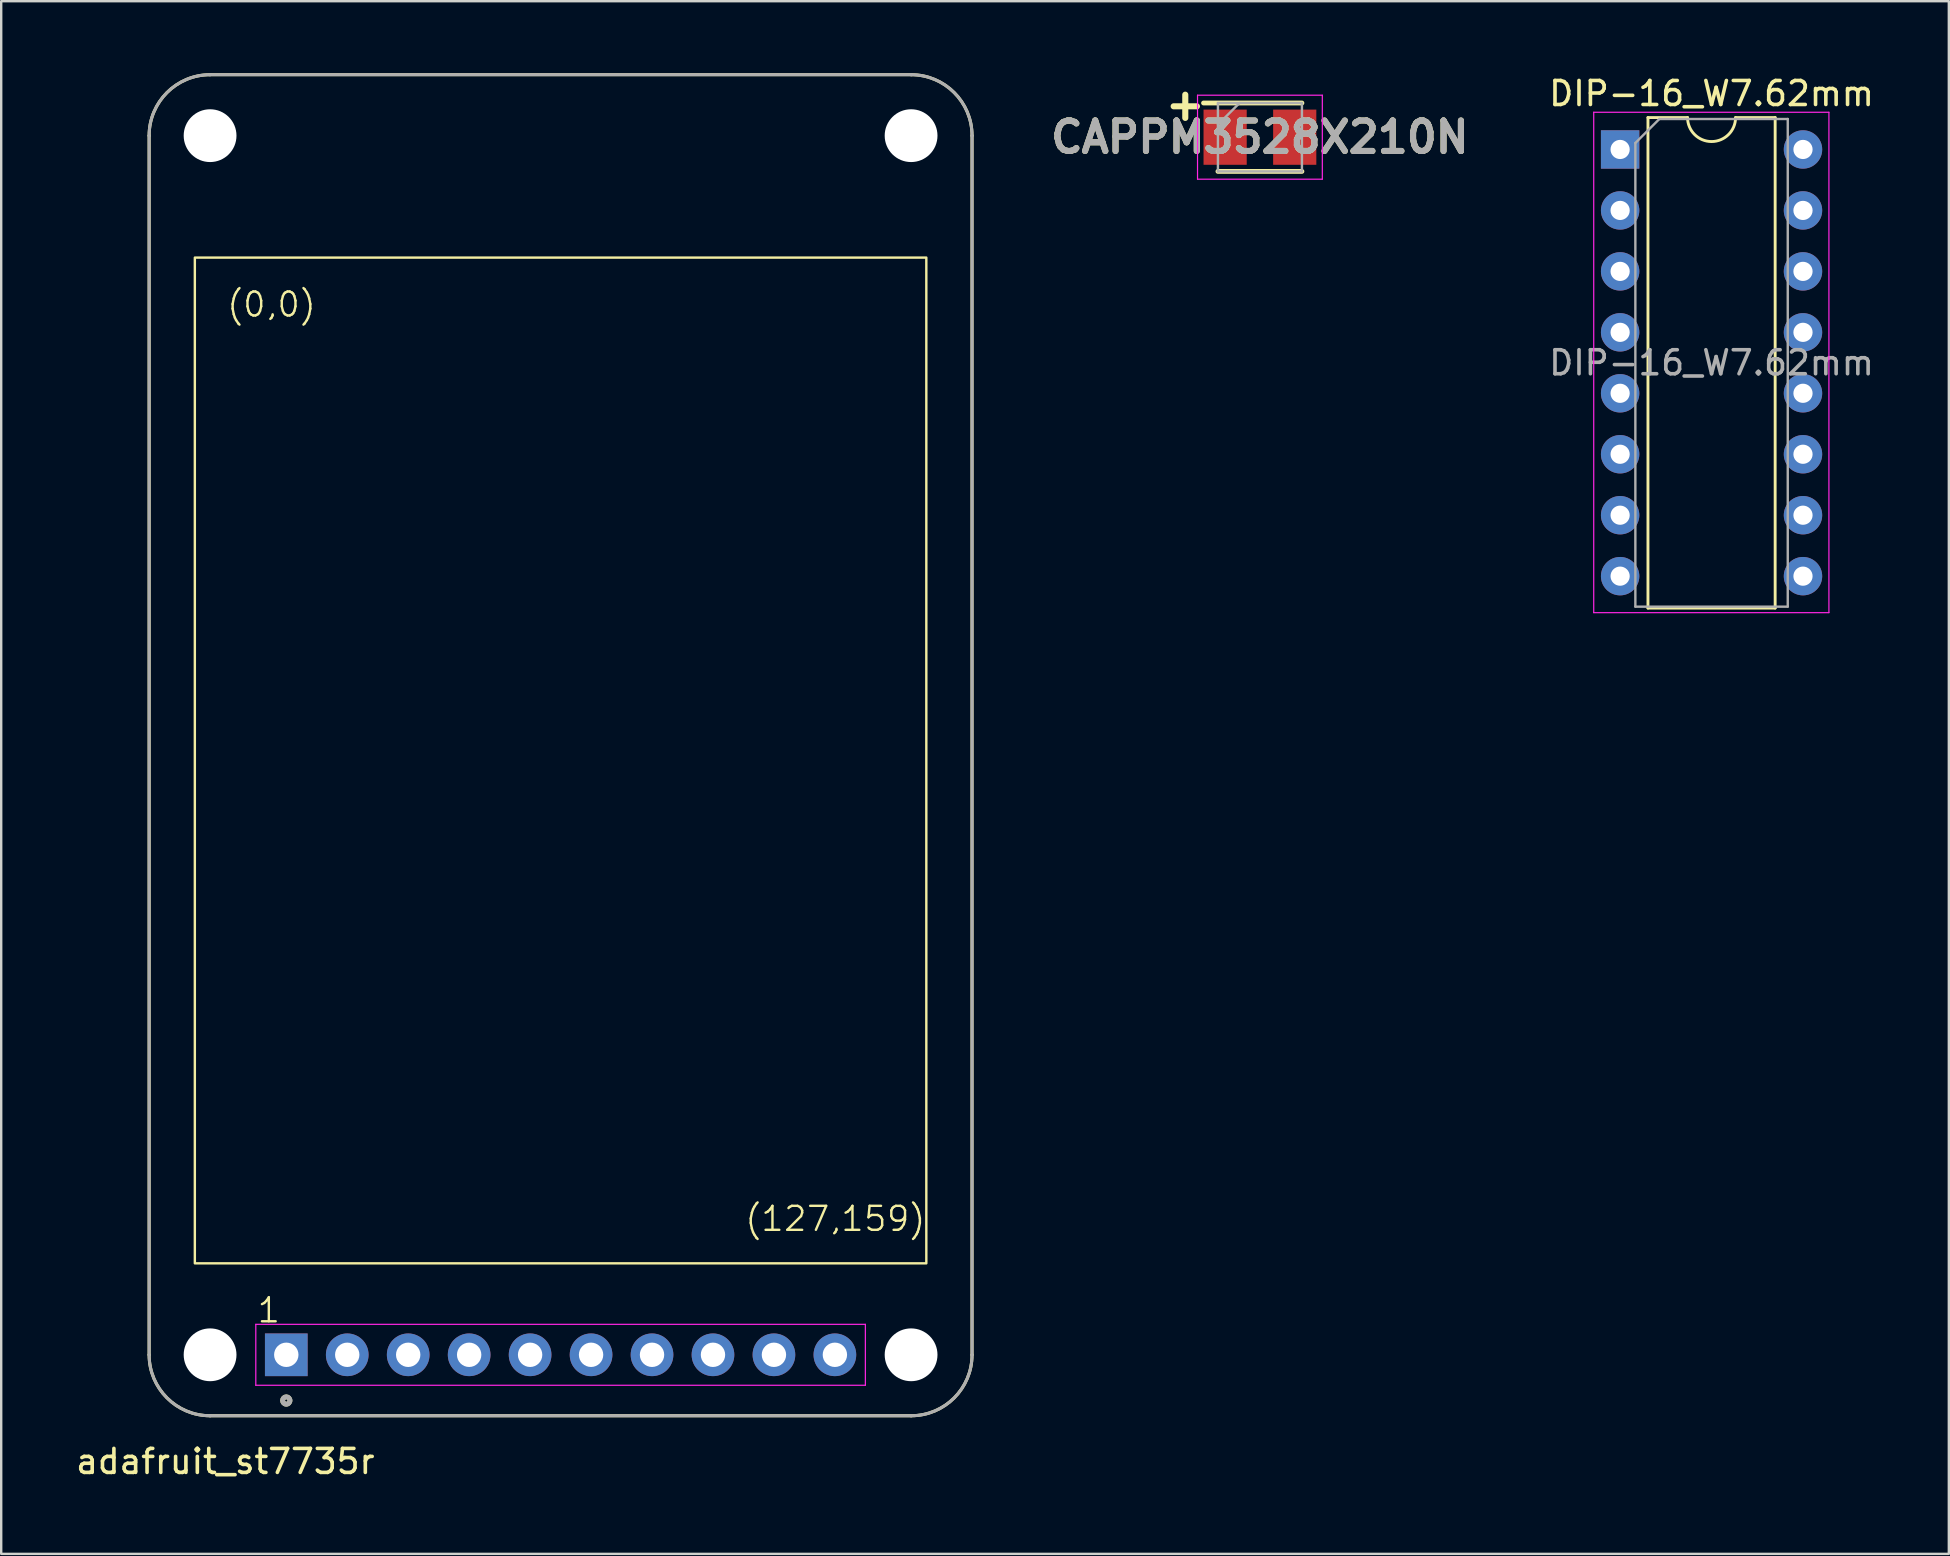
<source format=kicad_pcb>
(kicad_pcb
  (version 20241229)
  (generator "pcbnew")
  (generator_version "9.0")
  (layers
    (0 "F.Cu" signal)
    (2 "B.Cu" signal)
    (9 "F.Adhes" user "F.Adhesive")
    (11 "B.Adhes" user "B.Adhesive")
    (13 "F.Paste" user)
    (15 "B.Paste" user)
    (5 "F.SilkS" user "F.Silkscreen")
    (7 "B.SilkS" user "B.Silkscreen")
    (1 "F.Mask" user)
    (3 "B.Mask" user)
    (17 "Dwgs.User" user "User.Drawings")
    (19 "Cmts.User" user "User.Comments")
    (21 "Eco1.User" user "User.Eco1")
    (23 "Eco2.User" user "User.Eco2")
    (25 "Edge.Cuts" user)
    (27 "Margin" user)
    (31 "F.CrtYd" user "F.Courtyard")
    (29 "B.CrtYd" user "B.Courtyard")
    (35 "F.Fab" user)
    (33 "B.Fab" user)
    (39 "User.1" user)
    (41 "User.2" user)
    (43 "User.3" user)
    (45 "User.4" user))
  (footprint "adafruit_st7735r"
    (layer "F.Cu")
    (at 20.309 28.003)
    (property "Reference" "adafruit_st7735r" (at -13.97 29.845 0) (layer "F.SilkS") (effects (font (size 1 1) (thickness 0.15))))
    (attr through_hole)
    (fp_line (start -17.145 -25.4) (end -17.145 25.4) (stroke (width 0.127) (type solid)) (layer "F.SilkS"))
    (fp_line (start -14.605 27.94) (end 14.605 27.94) (stroke (width 0.127) (type solid)) (layer "F.SilkS"))
    (fp_line (start 14.605 -27.94) (end -14.605 -27.94) (stroke (width 0.127) (type solid)) (layer "F.SilkS"))
    (fp_line (start 17.145 25.4) (end 17.145 -25.4) (stroke (width 0.127) (type solid)) (layer "F.SilkS"))
    (fp_rect (start -15.24 -20.32) (end 15.24 21.59) (stroke (width 0.1) (type default)) (fill no) (layer "F.SilkS"))
    (fp_arc (start -17.145 -25.4) (mid -16.401051 -27.196051) (end -14.605 -27.94) (stroke (width 0.127) (type solid)) (layer "F.SilkS"))
    (fp_arc (start -14.605 27.94) (mid -16.401051 27.196051) (end -17.145 25.4) (stroke (width 0.127) (type solid)) (layer "F.SilkS"))
    (fp_arc (start 14.605 -27.94) (mid 16.401051 -27.196051) (end 17.145 -25.4) (stroke (width 0.127) (type solid)) (layer "F.SilkS"))
    (fp_arc (start 17.145 25.4) (mid 16.401051 27.196051) (end 14.605 27.94) (stroke (width 0.127) (type solid)) (layer "F.SilkS"))
    (fp_circle (center -11.43 27.305) (end -11.278 27.305) (stroke (width 0.203) (type solid)) (fill no) (layer "F.SilkS"))
    (fp_line (start -12.7 24.13) (end -12.7 26.67) (stroke (width 0.05) (type solid)) (layer "F.CrtYd"))
    (fp_line (start -12.7 26.67) (end 12.7 26.67) (stroke (width 0.05) (type solid)) (layer "F.CrtYd"))
    (fp_line (start 12.7 24.13) (end -12.7 24.13) (stroke (width 0.05) (type solid)) (layer "F.CrtYd"))
    (fp_line (start 12.7 26.67) (end 12.7 24.13) (stroke (width 0.05) (type solid)) (layer "F.CrtYd"))
    (fp_line (start -17.145 -25.4) (end -17.145 25.4) (stroke (width 0.127) (type solid)) (layer "F.Fab"))
    (fp_line (start -14.605 27.94) (end 14.605 27.94) (stroke (width 0.127) (type solid)) (layer "F.Fab"))
    (fp_line (start 14.605 -27.94) (end -14.605 -27.94) (stroke (width 0.127) (type solid)) (layer "F.Fab"))
    (fp_line (start 17.145 25.4) (end 17.145 -25.4) (stroke (width 0.127) (type solid)) (layer "F.Fab"))
    (fp_arc (start -17.145 -25.4) (mid -16.401051 -27.196051) (end -14.605 -27.94) (stroke (width 0.127) (type solid)) (layer "F.Fab"))
    (fp_arc (start -14.605 27.94) (mid -16.401051 27.196051) (end -17.145 25.4) (stroke (width 0.127) (type solid)) (layer "F.Fab"))
    (fp_arc (start 14.605 -27.94) (mid 16.401051 -27.196051) (end 17.145 -25.4) (stroke (width 0.127) (type solid)) (layer "F.Fab"))
    (fp_arc (start 17.145 25.4) (mid 16.401051 27.196051) (end 14.605 27.94) (stroke (width 0.127) (type solid)) (layer "F.Fab"))
    (fp_circle (center -11.43 27.305) (end -11.278 27.305) (stroke (width 0.203) (type solid)) (fill no) (layer "F.Fab"))
    (fp_text user "(0,0)" (at -13.97 -17.78 0) (unlocked yes) (layer "F.SilkS") (effects (font (size 1 1) (thickness 0.1)) (justify left bottom)))
    (fp_text user "1" (at -12.7 24.13 0) (unlocked yes) (layer "F.SilkS") (effects (font (size 1 1) (thickness 0.1)) (justify left bottom)))
    (fp_text user "(127,159)" (at 7.62 20.32 0) (unlocked yes) (layer "F.SilkS") (effects (font (size 1 1) (thickness 0.1)) (justify left bottom)))
    (pad "" np_thru_hole circle (at -14.605 -25.4 90) (size 2.2 2.2) (drill 2.2) (layers "*.Cu" "*.Mask"))
    (pad "" np_thru_hole circle (at -14.605 25.4 90) (size 2.2 2.2) (drill 2.2) (layers "*.Cu" "*.Mask"))
    (pad "" np_thru_hole circle (at 14.605 -25.4 90) (size 2.2 2.2) (drill 2.2) (layers "*.Cu" "*.Mask"))
    (pad "" np_thru_hole circle (at 14.605 25.4 90) (size 2.2 2.2) (drill 2.2) (layers "*.Cu" "*.Mask"))
    (pad "1" thru_hole rect (at -11.43 25.4 90) (size 1.778 1.778) (drill 1.016) (layers "*.Cu" "*.Mask"))
    (pad "2" thru_hole circle (at -8.89 25.4 90) (size 1.778 1.778) (drill 1.016) (layers "*.Cu" "*.Mask"))
    (pad "3" thru_hole circle (at -6.35 25.4 90) (size 1.778 1.778) (drill 1.016) (layers "*.Cu" "*.Mask"))
    (pad "4" thru_hole circle (at -3.81 25.4 90) (size 1.778 1.778) (drill 1.016) (layers "*.Cu" "*.Mask"))
    (pad "5" thru_hole circle (at -1.27 25.4 90) (size 1.778 1.778) (drill 1.016) (layers "*.Cu" "*.Mask"))
    (pad "6" thru_hole circle (at 1.27 25.4 90) (size 1.778 1.778) (drill 1.016) (layers "*.Cu" "*.Mask"))
    (pad "7" thru_hole circle (at 3.81 25.4 90) (size 1.778 1.778) (drill 1.016) (layers "*.Cu" "*.Mask"))
    (pad "8" thru_hole circle (at 6.35 25.4 90) (size 1.778 1.778) (drill 1.016) (layers "*.Cu" "*.Mask"))
    (pad "9" thru_hole circle (at 8.89 25.4 90) (size 1.778 1.778) (drill 1.016) (layers "*.Cu" "*.Mask"))
    (pad "10" thru_hole circle (at 11.43 25.4 90) (size 1.778 1.778) (drill 1.016) (layers "*.Cu" "*.Mask")))
  (footprint "DIP-16_W7.62mm"
    (layer "F.Cu")
    (at 64.459 3.178)
    (property "Reference" "DIP-16_W7.62mm" (at 3.81 -2.33 0) (layer "F.SilkS") (effects (font (size 1 1) (thickness 0.15))))
    (attr through_hole)
    (fp_line (start 1.16 -1.33) (end 1.16 19.11) (stroke (width 0.12) (type solid)) (layer "F.SilkS"))
    (fp_line (start 1.16 19.11) (end 6.46 19.11) (stroke (width 0.12) (type solid)) (layer "F.SilkS"))
    (fp_line (start 2.81 -1.33) (end 1.16 -1.33) (stroke (width 0.12) (type solid)) (layer "F.SilkS"))
    (fp_line (start 6.46 -1.33) (end 4.81 -1.33) (stroke (width 0.12) (type solid)) (layer "F.SilkS"))
    (fp_line (start 6.46 19.11) (end 6.46 -1.33) (stroke (width 0.12) (type solid)) (layer "F.SilkS"))
    (fp_arc (start 4.81 -1.33) (mid 3.81 -0.33) (end 2.81 -1.33) (stroke (width 0.12) (type solid)) (layer "F.SilkS"))
    (fp_line (start -1.1 -1.55) (end -1.1 19.3) (stroke (width 0.05) (type solid)) (layer "F.CrtYd"))
    (fp_line (start -1.1 19.3) (end 8.7 19.3) (stroke (width 0.05) (type solid)) (layer "F.CrtYd"))
    (fp_line (start 8.7 -1.55) (end -1.1 -1.55) (stroke (width 0.05) (type solid)) (layer "F.CrtYd"))
    (fp_line (start 8.7 19.3) (end 8.7 -1.55) (stroke (width 0.05) (type solid)) (layer "F.CrtYd"))
    (fp_line (start 0.635 -0.27) (end 1.635 -1.27) (stroke (width 0.1) (type solid)) (layer "F.Fab"))
    (fp_line (start 0.635 19.05) (end 0.635 -0.27) (stroke (width 0.1) (type solid)) (layer "F.Fab"))
    (fp_line (start 1.635 -1.27) (end 6.985 -1.27) (stroke (width 0.1) (type solid)) (layer "F.Fab"))
    (fp_line (start 6.985 -1.27) (end 6.985 19.05) (stroke (width 0.1) (type solid)) (layer "F.Fab"))
    (fp_line (start 6.985 19.05) (end 0.635 19.05) (stroke (width 0.1) (type solid)) (layer "F.Fab"))
    (fp_text user "${REFERENCE}" (at 3.81 8.89 0) (layer "F.Fab") (effects (font (size 1 1) (thickness 0.15))))
    (pad "1" thru_hole rect (at 0 0) (size 1.6 1.6) (drill 0.8) (layers "*.Cu" "*.Mask"))
    (pad "2" thru_hole oval (at 0 2.54) (size 1.6 1.6) (drill 0.8) (layers "*.Cu" "*.Mask"))
    (pad "3" thru_hole oval (at 0 5.08) (size 1.6 1.6) (drill 0.8) (layers "*.Cu" "*.Mask"))
    (pad "4" thru_hole oval (at 0 7.62) (size 1.6 1.6) (drill 0.8) (layers "*.Cu" "*.Mask"))
    (pad "5" thru_hole oval (at 0 10.16) (size 1.6 1.6) (drill 0.8) (layers "*.Cu" "*.Mask"))
    (pad "6" thru_hole oval (at 0 12.7) (size 1.6 1.6) (drill 0.8) (layers "*.Cu" "*.Mask"))
    (pad "7" thru_hole oval (at 0 15.24) (size 1.6 1.6) (drill 0.8) (layers "*.Cu" "*.Mask"))
    (pad "8" thru_hole oval (at 0 17.78) (size 1.6 1.6) (drill 0.8) (layers "*.Cu" "*.Mask"))
    (pad "9" thru_hole oval (at 7.62 17.78) (size 1.6 1.6) (drill 0.8) (layers "*.Cu" "*.Mask"))
    (pad "10" thru_hole oval (at 7.62 15.24) (size 1.6 1.6) (drill 0.8) (layers "*.Cu" "*.Mask"))
    (pad "11" thru_hole oval (at 7.62 12.7) (size 1.6 1.6) (drill 0.8) (layers "*.Cu" "*.Mask"))
    (pad "12" thru_hole oval (at 7.62 10.16) (size 1.6 1.6) (drill 0.8) (layers "*.Cu" "*.Mask"))
    (pad "13" thru_hole oval (at 7.62 7.62) (size 1.6 1.6) (drill 0.8) (layers "*.Cu" "*.Mask"))
    (pad "14" thru_hole oval (at 7.62 5.08) (size 1.6 1.6) (drill 0.8) (layers "*.Cu" "*.Mask"))
    (pad "15" thru_hole oval (at 7.62 2.54) (size 1.6 1.6) (drill 0.8) (layers "*.Cu" "*.Mask"))
    (pad "16" thru_hole oval (at 7.62 0) (size 1.6 1.6) (drill 0.8) (layers "*.Cu" "*.Mask")))
  (footprint "CAPPM3528X210N"
    (layer "F.Cu")
    (at 49.45 2.667)
    (property "Reference" "CAPPM3528X210N" (at 0 0 0) (layer "F.SilkS") (effects (font (size 1.27 1.27) (thickness 0.254))))
    (attr smd)
    (fp_line (start -1.75 1.425) (end 1.75 1.425) (stroke (width 0.2) (type solid)) (layer "F.SilkS"))
    (fp_line (start 1.75 -1.425) (end -2.35 -1.425) (stroke (width 0.2) (type solid)) (layer "F.SilkS"))
    (fp_line (start -2.6 -1.75) (end 2.6 -1.75) (stroke (width 0.05) (type solid)) (layer "F.CrtYd"))
    (fp_line (start -2.6 1.75) (end -2.6 -1.75) (stroke (width 0.05) (type solid)) (layer "F.CrtYd"))
    (fp_line (start 2.6 -1.75) (end 2.6 1.75) (stroke (width 0.05) (type solid)) (layer "F.CrtYd"))
    (fp_line (start 2.6 1.75) (end -2.6 1.75) (stroke (width 0.05) (type solid)) (layer "F.CrtYd"))
    (fp_line (start -1.75 -1.425) (end 1.75 -1.425) (stroke (width 0.1) (type solid)) (layer "F.Fab"))
    (fp_line (start -1.75 -0.525) (end -0.85 -1.425) (stroke (width 0.1) (type solid)) (layer "F.Fab"))
    (fp_line (start -1.75 1.425) (end -1.75 -1.425) (stroke (width 0.1) (type solid)) (layer "F.Fab"))
    (fp_line (start 1.75 -1.425) (end 1.75 1.425) (stroke (width 0.1) (type solid)) (layer "F.Fab"))
    (fp_line (start 1.75 1.425) (end -1.75 1.425) (stroke (width 0.1) (type solid)) (layer "F.Fab"))
    (fp_text user "+" (at -4.064 -0.635 0) (unlocked yes) (layer "F.SilkS") (effects (font (size 1.27 1.27) (thickness 0.254) (bold yes)) (justify left bottom)))
    (fp_text user "${REFERENCE}" (at 0 0 0) (layer "F.Fab") (effects (font (size 1.27 1.27) (thickness 0.254))))
    (pad "1" smd rect (at -1.45 0) (size 1.8 2.3) (layers "F.Cu" "F.Mask" "F.Paste"))
    (pad "2" smd rect (at 1.45 0) (size 1.8 2.3) (layers "F.Cu" "F.Mask" "F.Paste")))
  (gr_rect
    (start -3 -3)
    (end 78.156 61.697)
    (stroke (width 0.1) (type default))
    (fill no)
    (layer "Edge.Cuts")))
</source>
